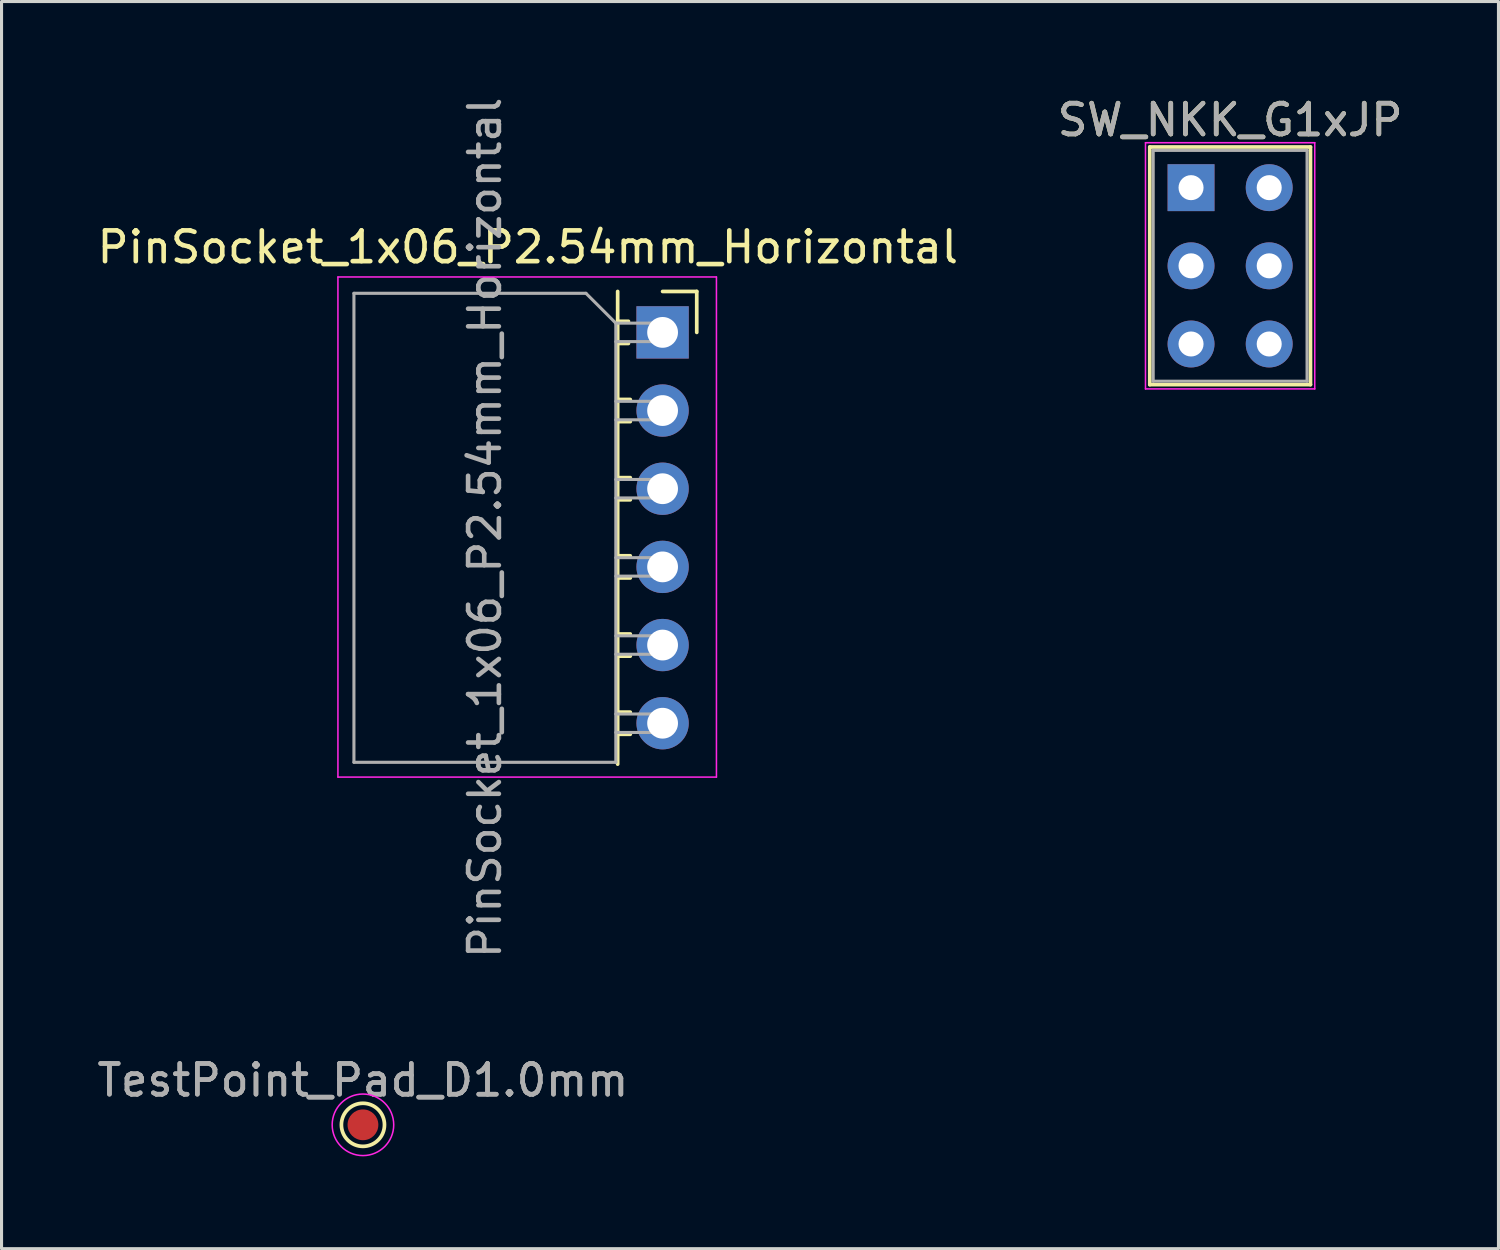
<source format=kicad_pcb>
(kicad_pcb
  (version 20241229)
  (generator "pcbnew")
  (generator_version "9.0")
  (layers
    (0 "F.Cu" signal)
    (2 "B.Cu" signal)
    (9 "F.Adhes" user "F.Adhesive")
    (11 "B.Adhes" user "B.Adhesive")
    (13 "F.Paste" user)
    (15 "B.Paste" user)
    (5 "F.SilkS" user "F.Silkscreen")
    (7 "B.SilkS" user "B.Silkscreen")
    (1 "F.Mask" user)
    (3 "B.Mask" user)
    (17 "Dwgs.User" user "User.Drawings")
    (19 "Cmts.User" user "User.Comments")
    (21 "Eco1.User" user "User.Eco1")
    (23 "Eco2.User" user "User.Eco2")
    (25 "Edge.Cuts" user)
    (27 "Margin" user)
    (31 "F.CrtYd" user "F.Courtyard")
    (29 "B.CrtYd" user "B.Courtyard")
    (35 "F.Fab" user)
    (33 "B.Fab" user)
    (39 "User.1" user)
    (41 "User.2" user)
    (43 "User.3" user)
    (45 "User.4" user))
  (footprint "PinSocket_1x06_P2.54mm_Horizontal"
    (layer "F.Cu")
    (at 18.481 7.751)
    (property "Reference" "PinSocket_1x06_P2.54mm_Horizontal" (at -4.38 -2.77 180) (layer "F.SilkS") (effects (font (size 1 1) (thickness 0.15))))
    (attr through_hole)
    (fp_line (start -1.46 -1.33) (end -1.46 14.03) (stroke (width 0.12) (type solid)) (layer "F.SilkS"))
    (fp_line (start -1.46 -0.36) (end -1.11 -0.36) (stroke (width 0.12) (type solid)) (layer "F.SilkS"))
    (fp_line (start -1.46 0.36) (end -1.11 0.36) (stroke (width 0.12) (type solid)) (layer "F.SilkS"))
    (fp_line (start -1.46 2.18) (end -1.05 2.18) (stroke (width 0.12) (type solid)) (layer "F.SilkS"))
    (fp_line (start -1.46 2.9) (end -1.05 2.9) (stroke (width 0.12) (type solid)) (layer "F.SilkS"))
    (fp_line (start -1.46 4.72) (end -1.05 4.72) (stroke (width 0.12) (type solid)) (layer "F.SilkS"))
    (fp_line (start -1.46 5.44) (end -1.05 5.44) (stroke (width 0.12) (type solid)) (layer "F.SilkS"))
    (fp_line (start -1.46 7.26) (end -1.05 7.26) (stroke (width 0.12) (type solid)) (layer "F.SilkS"))
    (fp_line (start -1.46 7.98) (end -1.05 7.98) (stroke (width 0.12) (type solid)) (layer "F.SilkS"))
    (fp_line (start -1.46 9.8) (end -1.05 9.8) (stroke (width 0.12) (type solid)) (layer "F.SilkS"))
    (fp_line (start -1.46 10.52) (end -1.05 10.52) (stroke (width 0.12) (type solid)) (layer "F.SilkS"))
    (fp_line (start -1.46 12.34) (end -1.05 12.34) (stroke (width 0.12) (type solid)) (layer "F.SilkS"))
    (fp_line (start -1.46 13.06) (end -1.05 13.06) (stroke (width 0.12) (type solid)) (layer "F.SilkS"))
    (fp_line (start 0 -1.33) (end 1.11 -1.33) (stroke (width 0.12) (type solid)) (layer "F.SilkS"))
    (fp_line (start 1.11 -1.33) (end 1.11 0) (stroke (width 0.12) (type solid)) (layer "F.SilkS"))
    (fp_line (start -10.55 -1.8) (end -10.55 14.45) (stroke (width 0.05) (type solid)) (layer "F.CrtYd"))
    (fp_line (start -10.55 14.45) (end 1.75 14.45) (stroke (width 0.05) (type solid)) (layer "F.CrtYd"))
    (fp_line (start 1.75 -1.8) (end -10.55 -1.8) (stroke (width 0.05) (type solid)) (layer "F.CrtYd"))
    (fp_line (start 1.75 14.45) (end 1.75 -1.8) (stroke (width 0.05) (type solid)) (layer "F.CrtYd"))
    (fp_line (start -10.03 -1.27) (end -2.49 -1.27) (stroke (width 0.1) (type solid)) (layer "F.Fab"))
    (fp_line (start -10.03 13.97) (end -10.03 -1.27) (stroke (width 0.1) (type solid)) (layer "F.Fab"))
    (fp_line (start -2.49 -1.27) (end -1.52 -0.3) (stroke (width 0.1) (type solid)) (layer "F.Fab"))
    (fp_line (start -1.52 -0.3) (end -1.52 13.97) (stroke (width 0.1) (type solid)) (layer "F.Fab"))
    (fp_line (start -1.52 0.3) (end 0 0.3) (stroke (width 0.1) (type solid)) (layer "F.Fab"))
    (fp_line (start -1.52 2.84) (end 0 2.84) (stroke (width 0.1) (type solid)) (layer "F.Fab"))
    (fp_line (start -1.52 5.38) (end 0 5.38) (stroke (width 0.1) (type solid)) (layer "F.Fab"))
    (fp_line (start -1.52 7.92) (end 0 7.92) (stroke (width 0.1) (type solid)) (layer "F.Fab"))
    (fp_line (start -1.52 10.46) (end 0 10.46) (stroke (width 0.1) (type solid)) (layer "F.Fab"))
    (fp_line (start -1.52 13) (end 0 13) (stroke (width 0.1) (type solid)) (layer "F.Fab"))
    (fp_line (start -1.52 13.97) (end -10.03 13.97) (stroke (width 0.1) (type solid)) (layer "F.Fab"))
    (fp_line (start 0 -0.3) (end -1.52 -0.3) (stroke (width 0.1) (type solid)) (layer "F.Fab"))
    (fp_line (start 0 0.3) (end 0 -0.3) (stroke (width 0.1) (type solid)) (layer "F.Fab"))
    (fp_line (start 0 2.24) (end -1.52 2.24) (stroke (width 0.1) (type solid)) (layer "F.Fab"))
    (fp_line (start 0 2.84) (end 0 2.24) (stroke (width 0.1) (type solid)) (layer "F.Fab"))
    (fp_line (start 0 4.78) (end -1.52 4.78) (stroke (width 0.1) (type solid)) (layer "F.Fab"))
    (fp_line (start 0 5.38) (end 0 4.78) (stroke (width 0.1) (type solid)) (layer "F.Fab"))
    (fp_line (start 0 7.32) (end -1.52 7.32) (stroke (width 0.1) (type solid)) (layer "F.Fab"))
    (fp_line (start 0 7.92) (end 0 7.32) (stroke (width 0.1) (type solid)) (layer "F.Fab"))
    (fp_line (start 0 9.86) (end -1.52 9.86) (stroke (width 0.1) (type solid)) (layer "F.Fab"))
    (fp_line (start 0 10.46) (end 0 9.86) (stroke (width 0.1) (type solid)) (layer "F.Fab"))
    (fp_line (start 0 12.4) (end -1.52 12.4) (stroke (width 0.1) (type solid)) (layer "F.Fab"))
    (fp_line (start 0 13) (end 0 12.4) (stroke (width 0.1) (type solid)) (layer "F.Fab"))
    (fp_text user "${REFERENCE}" (at -5.775 6.35 270) (layer "F.Fab") (effects (font (size 1 1) (thickness 0.15))))
    (pad "1" thru_hole rect (at 0 0) (size 1.7 1.7) (drill 1) (layers "*.Cu" "*.Mask"))
    (pad "2" thru_hole oval (at 0 2.54) (size 1.7 1.7) (drill 1) (layers "*.Cu" "*.Mask"))
    (pad "3" thru_hole oval (at 0 5.08) (size 1.7 1.7) (drill 1) (layers "*.Cu" "*.Mask"))
    (pad "4" thru_hole oval (at 0 7.62) (size 1.7 1.7) (drill 1) (layers "*.Cu" "*.Mask"))
    (pad "5" thru_hole oval (at 0 10.16) (size 1.7 1.7) (drill 1) (layers "*.Cu" "*.Mask"))
    (pad "6" thru_hole oval (at 0 12.7) (size 1.7 1.7) (drill 1) (layers "*.Cu" "*.Mask")))
  (footprint "TestPoint_Pad_D1.0mm"
    (layer "F.Cu")
    (at 8.744 33.501)
    (property "Reference" "TestPoint_Pad_D1.0mm" (at 0 -1.448 0) (layer "F.Fab") (effects (font (size 1 1) (thickness 0.15))))
    (attr exclude_from_pos_files exclude_from_bom)
    (fp_circle (center 0 0) (end 0 0.7) (stroke (width 0.12) (type solid)) (fill no) (layer "F.SilkS"))
    (fp_circle (center 0 0) (end 1 0) (stroke (width 0.05) (type solid)) (fill no) (layer "F.CrtYd"))
    (fp_text user "${REFERENCE}" (at 0 -1.45 0) (layer "F.Fab") (effects (font (size 1 1) (thickness 0.15))))
    (pad "1" smd circle (at 0 0) (size 1 1) (layers "F.Cu" "F.Mask")))
  (footprint "SW_NKK_G1xJP"
    (layer "F.Cu")
    (at 36.923 5.588)
    (property "Reference" "SW_NKK_G1xJP" (at 0 -4.74 0) (layer "F.SilkS") (effects (font (size 1 1) (thickness 0.15))))
    (attr through_hole)
    (fp_line (start -2.611 -3.861) (end 2.611 -3.861) (stroke (width 0.12) (type solid)) (layer "F.SilkS"))
    (fp_line (start -2.611 3.861) (end -2.611 -3.861) (stroke (width 0.12) (type solid)) (layer "F.SilkS"))
    (fp_line (start -2.611 3.861) (end 2.611 3.861) (stroke (width 0.12) (type solid)) (layer "F.SilkS"))
    (fp_line (start 2.611 -3.861) (end 2.611 3.861) (stroke (width 0.12) (type solid)) (layer "F.SilkS"))
    (fp_line (start -2.75 4) (end -2.75 -4) (stroke (width 0.05) (type solid)) (layer "F.CrtYd"))
    (fp_line (start -2.75 4) (end 2.75 4) (stroke (width 0.05) (type solid)) (layer "F.CrtYd"))
    (fp_line (start 2.75 -4) (end -2.75 -4) (stroke (width 0.05) (type solid)) (layer "F.CrtYd"))
    (fp_line (start 2.75 -4) (end 2.75 4) (stroke (width 0.05) (type solid)) (layer "F.CrtYd"))
    (fp_line (start -2.5 -3.75) (end 2.5 -3.75) (stroke (width 0.1) (type solid)) (layer "F.Fab"))
    (fp_line (start -2.5 3.75) (end -2.5 -3.75) (stroke (width 0.1) (type solid)) (layer "F.Fab"))
    (fp_line (start -2.5 3.75) (end 2.5 3.75) (stroke (width 0.1) (type solid)) (layer "F.Fab"))
    (fp_line (start 2.5 3.75) (end 2.5 -3.75) (stroke (width 0.1) (type solid)) (layer "F.Fab"))
    (fp_text user "${REFERENCE}" (at 0 -4.74 0) (layer "F.Fab") (effects (font (size 1 1) (thickness 0.15))))
    (pad "1" thru_hole rect (at -1.27 -2.54) (size 1.524 1.524) (drill 0.813) (layers "*.Cu" "*.Mask"))
    (pad "2" thru_hole circle (at -1.27 0) (size 1.524 1.524) (drill 0.813) (layers "*.Cu" "*.Mask"))
    (pad "3" thru_hole circle (at -1.27 2.54) (size 1.524 1.524) (drill 0.813) (layers "*.Cu" "*.Mask"))
    (pad "4" thru_hole circle (at 1.27 2.54) (size 1.524 1.524) (drill 0.813) (layers "*.Cu" "*.Mask"))
    (pad "5" thru_hole circle (at 1.27 0) (size 1.524 1.524) (drill 0.813) (layers "*.Cu" "*.Mask"))
    (pad "6" thru_hole circle (at 1.27 -2.54) (size 1.524 1.524) (drill 0.813) (layers "*.Cu" "*.Mask")))
  (gr_rect
    (start -3 -3)
    (end 45.643 37.526)
    (stroke (width 0.1) (type default))
    (fill no)
    (layer "Edge.Cuts")))
</source>
